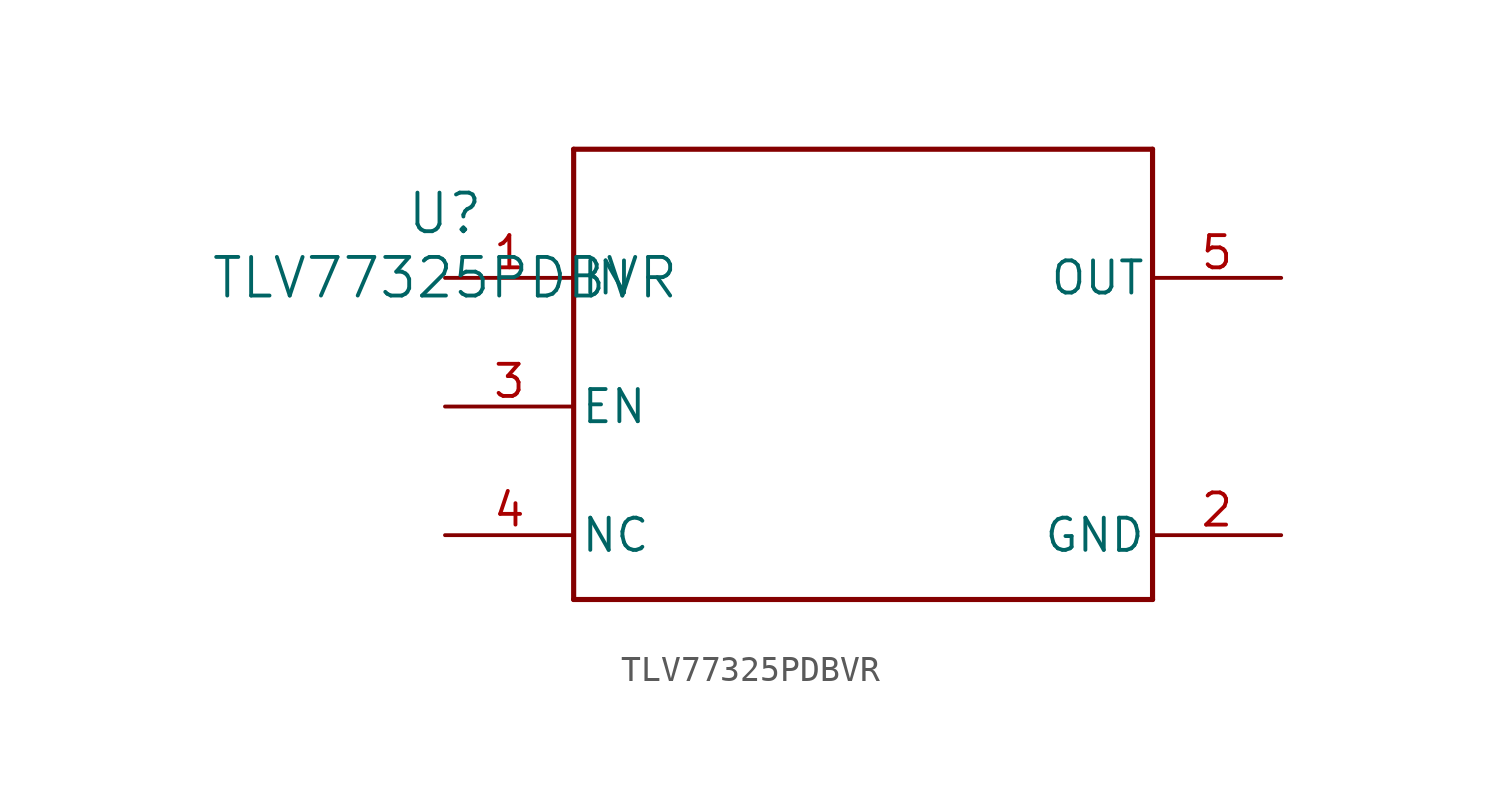
<source format=kicad_sym>
(kicad_symbol_lib
  (version 20211014)
  (generator kicad_symbol_editor)
  (symbol "TLV77325PDBVR"
    (pin_names
      (offset 0.254))
    (property "Reference" "U"
      (at 0 2.54 0)
      (effects (font (size 1.524 1.524))))
    (property "Value" "TLV77325PDBVR"
      (at 0 0 0)
      (effects (font (size 1.524 1.524))))
    (symbol "TLV77325PDBVR_0_1"
      (polyline (pts (xy 5.08 -12.7) (xy 27.94 -12.7)) (stroke (width 0.203) (type default) (color 0 0 0 0)) (fill (type none)))
      (polyline (pts (xy 27.94 -12.7) (xy 27.94 5.08)) (stroke (width 0.203) (type default) (color 0 0 0 0)) (fill (type none)))
      (polyline (pts (xy 27.94 5.08) (xy 5.08 5.08)) (stroke (width 0.203) (type default) (color 0 0 0 0)) (fill (type none)))
      (polyline (pts (xy 5.08 5.08) (xy 5.08 -12.7)) (stroke (width 0.203) (type default) (color 0 0 0 0)) (fill (type none)))
      (pin power_in line (at 0 0 0) (length 5.08) (name "IN" (effects (font (size 1.27 1.27)))) (number "1" (effects (font (size 1.27 1.27)))))
      (pin power_in line (at 33.02 -10.16 180) (length 5.08) (name "GND" (effects (font (size 1.27 1.27)))) (number "2" (effects (font (size 1.27 1.27)))))
      (pin input line (at 0 -5.08 0) (length 5.08) (name "EN" (effects (font (size 1.27 1.27)))) (number "3" (effects (font (size 1.27 1.27)))))
      (pin unspecified line (at 0 -10.16 0) (length 5.08) (name "NC" (effects (font (size 1.27 1.27)))) (number "4" (effects (font (size 1.27 1.27)))))
      (pin unspecified line (at 33.02 0 180) (length 5.08) (name "OUT" (effects (font (size 1.27 1.27)))) (number "5" (effects (font (size 1.27 1.27))))))))
</source>
